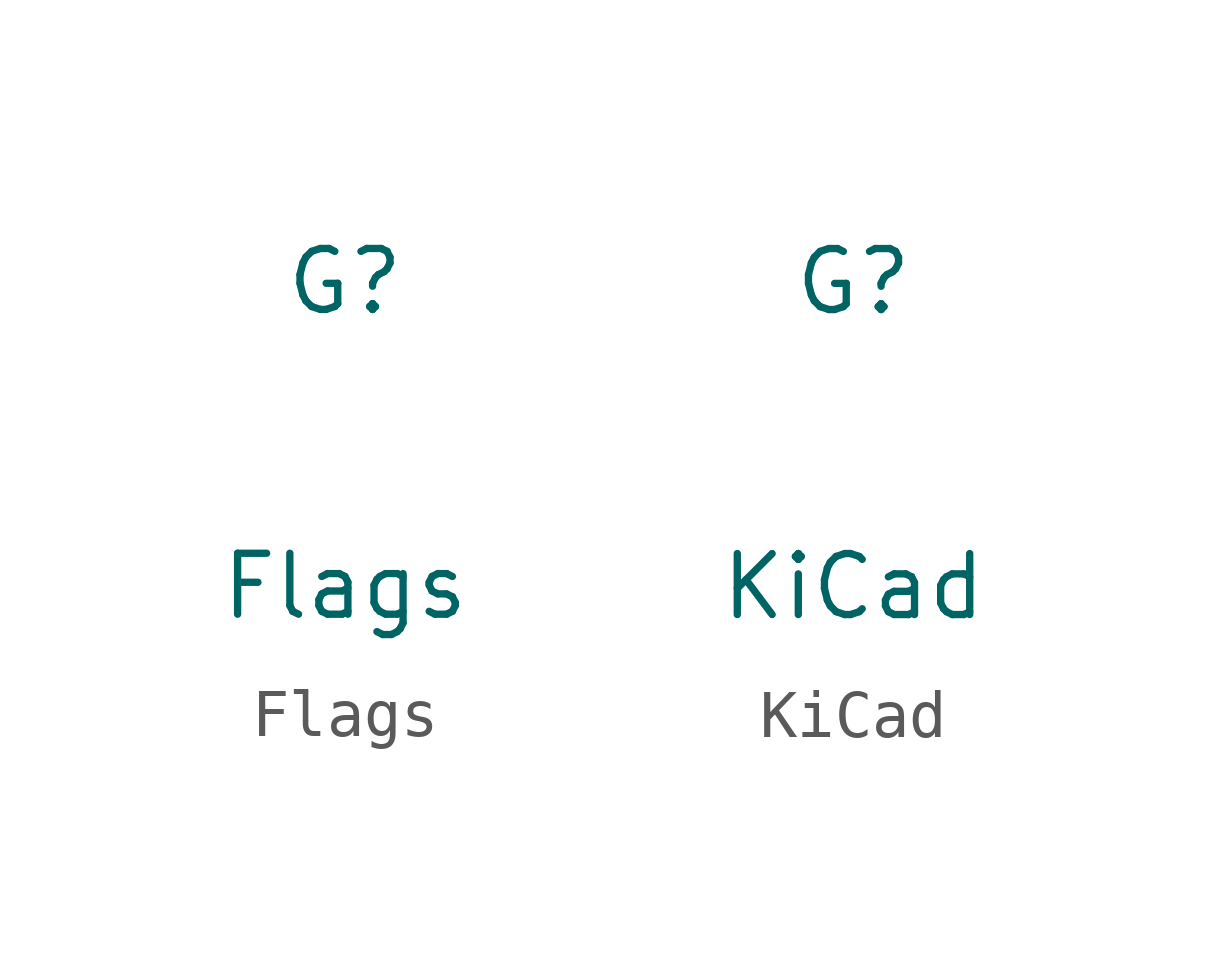
<source format=kicad_sym>
(kicad_symbol_lib
  (version 20241209)
  (generator "kicad_symbol_editor")
  (generator_version "9.0")
  (symbol "Flags"
    (property "Reference" "G"
      (at 0 2.286 0)
      (effects (font (size 1.27 1.27))))
    (property "Value" "Flags"
      (at 0 -4.064 0)
      (effects (font (size 1.27 1.27))))
    (symbol "Flags_1_0"
      (polyline (pts (xy -0.925 0.211) (xy -0.898 0.209) (xy -0.872 0.206) (xy -0.846 0.201) (xy -0.82 0.195) (xy -0.795 0.188) (xy -0.771 0.18) (xy -0.747 0.17) (xy -0.723 0.16) (xy -0.7 0.148) (xy -0.678 0.135) (xy -0.657 0.121) (xy -0.636 0.106) (xy -0.616 0.091) (xy -0.597 0.074) (xy -0.578 0.057) (xy -0.561 0.038) (xy -0.544 0.019) (xy -0.528 -0.001) (xy -0.514 -0.022) (xy -0.5 -0.043) (xy -0.487 -0.065) (xy -0.475 -0.088) (xy -0.465 -0.112) (xy -0.455 -0.136) (xy -0.447 -0.16) (xy -0.44 -0.185) (xy -0.434 -0.211) (xy -0.429 -0.237) (xy -0.426 -0.263) (xy -0.424 -0.29) (xy -0.423 -0.318) (xy -0.424 -0.345) (xy -0.426 -0.372) (xy -0.429 -0.398) (xy -0.434 -0.424) (xy -0.44 -0.45) (xy -0.447 -0.475) (xy -0.455 -0.499) (xy -0.465 -0.523) (xy -0.475 -0.547) (xy -0.487 -0.57) (xy -0.5 -0.592) (xy -0.514 -0.613) (xy -0.528 -0.634) (xy -0.544 -0.654) (xy -0.561 -0.673) (xy -0.578 -0.692) (xy -0.597 -0.709) (xy -0.616 -0.726) (xy -0.636 -0.742) (xy -0.657 -0.756) (xy -0.678 -0.77) (xy -0.7 -0.783) (xy -0.723 -0.794) (xy -0.747 -0.805) (xy -0.771 -0.815) (xy -0.795 -0.823) (xy -0.82 -0.83) (xy -0.846 -0.836) (xy -0.872 -0.841) (xy -0.898 -0.844) (xy -0.925 -0.846) (xy -0.953 -0.847) (xy -0.98 -0.846) (xy -1.007 -0.844) (xy -1.033 -0.841) (xy -1.059 -0.836) (xy -1.085 -0.83) (xy -1.11 -0.823) (xy -1.134 -0.815) (xy -1.159 -0.805) (xy -1.182 -0.794) (xy -1.205 -0.783) (xy -1.227 -0.77) (xy -1.248 -0.756) (xy -1.269 -0.742) (xy -1.289 -0.726) (xy -1.308 -0.709) (xy -1.327 -0.692) (xy -1.344 -0.673) (xy -1.361 -0.654) (xy -1.377 -0.634) (xy -1.391 -0.613) (xy -1.405 -0.592) (xy -1.418 -0.57) (xy -1.429 -0.547) (xy -1.44 -0.523) (xy -1.45 -0.499) (xy -1.458 -0.475) (xy -1.465 -0.45) (xy -1.471 -0.424) (xy -1.476 -0.398) (xy -1.479 -0.372) (xy -1.481 -0.345) (xy -1.482 -0.318) (xy -1.481 -0.29) (xy -1.479 -0.263) (xy -1.476 -0.237) (xy -1.471 -0.211) (xy -1.465 -0.185) (xy -1.458 -0.16) (xy -1.45 -0.136) (xy -1.44 -0.112) (xy -1.429 -0.088) (xy -1.418 -0.065) (xy -1.405 -0.043) (xy -1.391 -0.022) (xy -1.377 -0.001) (xy -1.361 0.019) (xy -1.344 0.038) (xy -1.327 0.057) (xy -1.308 0.074) (xy -1.289 0.091) (xy -1.269 0.106) (xy -1.248 0.121) (xy -1.227 0.135) (xy -1.205 0.148) (xy -1.182 0.16) (xy -1.159 0.17) (xy -1.134 0.18) (xy -1.11 0.188) (xy -1.085 0.195) (xy -1.059 0.201) (xy -1.033 0.206) (xy -1.007 0.209) (xy -0.98 0.211) (xy -0.953 0.212) (xy -0.925 0.211)) (stroke (width -0.0001) (type solid)) (fill (type color) (color 0 0 0 0)))
      (polyline (pts (xy 1.442 1.27) (xy 1.456 1.269) (xy 1.469 1.267) (xy 1.482 1.265) (xy 1.495 1.262) (xy 1.508 1.258) (xy 1.52 1.254) (xy 1.532 1.249) (xy 1.544 1.244) (xy 1.555 1.238) (xy 1.566 1.232) (xy 1.577 1.225) (xy 1.587 1.218) (xy 1.597 1.21) (xy 1.607 1.201) (xy 1.616 1.193) (xy 1.625 1.183) (xy 1.633 1.174) (xy 1.641 1.164) (xy 1.648 1.153) (xy 1.655 1.143) (xy 1.661 1.132) (xy 1.667 1.12) (xy 1.673 1.109) (xy 1.677 1.096) (xy 1.681 1.084) (xy 1.685 1.072) (xy 1.688 1.059) (xy 1.69 1.046) (xy 1.692 1.032) (xy 1.693 1.019) (xy 1.693 1.005) (xy 1.693 -2.699) (xy 1.693 -2.712) (xy 1.692 -2.726) (xy 1.69 -2.739) (xy 1.688 -2.752) (xy 1.685 -2.765) (xy 1.681 -2.777) (xy 1.677 -2.79) (xy 1.673 -2.802) (xy 1.667 -2.813) (xy 1.661 -2.825) (xy 1.655 -2.836) (xy 1.648 -2.847) (xy 1.641 -2.857) (xy 1.633 -2.867) (xy 1.625 -2.877) (xy 1.616 -2.886) (xy 1.607 -2.895) (xy 1.597 -2.903) (xy 1.587 -2.911) (xy 1.577 -2.918) (xy 1.566 -2.925) (xy 1.555 -2.931) (xy 1.544 -2.937) (xy 1.532 -2.943) (xy 1.52 -2.947) (xy 1.508 -2.951) (xy 1.495 -2.955) (xy 1.482 -2.958) (xy 1.469 -2.96) (xy 1.456 -2.962) (xy 1.442 -2.963) (xy 1.429 -2.963) (xy -2.275 -2.963) (xy -2.289 -2.963) (xy -2.303 -2.962) (xy -2.316 -2.96) (xy -2.329 -2.958) (xy -2.342 -2.955) (xy -2.354 -2.951) (xy -2.366 -2.947) (xy -2.378 -2.943) (xy -2.39 -2.937) (xy -2.402 -2.931) (xy -2.413 -2.925) (xy -2.423 -2.918) (xy -2.434 -2.911) (xy -2.444 -2.903) (xy -2.453 -2.895) (xy -2.463 -2.886) (xy -2.471 -2.877) (xy -2.48 -2.867) (xy -2.487 -2.857) (xy -2.495 -2.847) (xy -2.502 -2.836) (xy -2.508 -2.825) (xy -2.514 -2.813) (xy -2.519 -2.802) (xy -2.524 -2.79) (xy -2.528 -2.777) (xy -2.532 -2.765) (xy -2.535 -2.752) (xy -2.537 -2.739) (xy -2.539 -2.726) (xy -2.54 -2.712) (xy -2.54 -2.699) (xy -2.54 -2.434) (xy -2.011 -2.434) (xy -1.428 -2.434) (xy 0.187 -0.819) (xy 0.197 -0.809) (xy 0.207 -0.8) (xy 0.218 -0.792) (xy 0.229 -0.785) (xy 0.24 -0.778) (xy 0.251 -0.771) (xy 0.263 -0.766) (xy 0.275 -0.76) (xy 0.287 -0.756) (xy 0.299 -0.752) (xy 0.311 -0.749) (xy 0.324 -0.746) (xy 0.336 -0.744) (xy 0.349 -0.742) (xy 0.362 -0.742) (xy 0.374 -0.741) (xy 0.387 -0.742) (xy 0.4 -0.742) (xy 0.412 -0.744) (xy 0.425 -0.746) (xy 0.437 -0.749) (xy 0.45 -0.752) (xy 0.462 -0.756) (xy 0.474 -0.76) (xy 0.486 -0.766) (xy 0.497 -0.771) (xy 0.509 -0.778) (xy 0.52 -0.785) (xy 0.531 -0.792) (xy 0.541 -0.8) (xy 0.551 -0.809) (xy 0.561 -0.819) (xy 1.164 -1.421) (xy 1.164 0.741) (xy -2.011 0.741) (xy -2.011 -2.434) (xy -2.54 -2.434) (xy -2.54 1.005) (xy -2.54 1.019) (xy -2.539 1.032) (xy -2.537 1.046) (xy -2.535 1.059) (xy -2.532 1.072) (xy -2.528 1.084) (xy -2.524 1.096) (xy -2.519 1.109) (xy -2.514 1.12) (xy -2.508 1.132) (xy -2.502 1.143) (xy -2.495 1.153) (xy -2.487 1.164) (xy -2.48 1.174) (xy -2.471 1.183) (xy -2.463 1.193) (xy -2.453 1.201) (xy -2.444 1.21) (xy -2.434 1.218) (xy -2.423 1.225) (xy -2.413 1.232) (xy -2.402 1.238) (xy -2.39 1.244) (xy -2.378 1.249) (xy -2.366 1.254) (xy -2.354 1.258) (xy -2.342 1.262) (xy -2.329 1.265) (xy -2.316 1.267) (xy -2.303 1.269) (xy -2.289 1.27) (xy -2.275 1.27) (xy 1.429 1.27) (xy 1.442 1.27)) (stroke (width -0.0001) (type solid)) (fill (type color) (color 0 0 0 0)))))
  (symbol "KiCad"
    (property "Reference" "G"
      (at 0 2.286 0)
      (effects (font (size 1.27 1.27))))
    (property "Value" "KiCad"
      (at 0 -4.064 0)
      (effects (font (size 1.27 1.27))))
    (symbol "KiCad_1_0"
      (polyline (pts (xy -0.925 0.211) (xy -0.898 0.209) (xy -0.872 0.206) (xy -0.846 0.201) (xy -0.82 0.195) (xy -0.795 0.188) (xy -0.771 0.18) (xy -0.747 0.17) (xy -0.723 0.16) (xy -0.7 0.148) (xy -0.678 0.135) (xy -0.657 0.121) (xy -0.636 0.106) (xy -0.616 0.091) (xy -0.597 0.074) (xy -0.578 0.057) (xy -0.561 0.038) (xy -0.544 0.019) (xy -0.528 -0.001) (xy -0.514 -0.022) (xy -0.5 -0.043) (xy -0.487 -0.065) (xy -0.475 -0.088) (xy -0.465 -0.112) (xy -0.455 -0.136) (xy -0.447 -0.16) (xy -0.44 -0.185) (xy -0.434 -0.211) (xy -0.429 -0.237) (xy -0.426 -0.263) (xy -0.424 -0.29) (xy -0.423 -0.318) (xy -0.424 -0.345) (xy -0.426 -0.372) (xy -0.429 -0.398) (xy -0.434 -0.424) (xy -0.44 -0.45) (xy -0.447 -0.475) (xy -0.455 -0.499) (xy -0.465 -0.523) (xy -0.475 -0.547) (xy -0.487 -0.57) (xy -0.5 -0.592) (xy -0.514 -0.613) (xy -0.528 -0.634) (xy -0.544 -0.654) (xy -0.561 -0.673) (xy -0.578 -0.692) (xy -0.597 -0.709) (xy -0.616 -0.726) (xy -0.636 -0.742) (xy -0.657 -0.756) (xy -0.678 -0.77) (xy -0.7 -0.783) (xy -0.723 -0.794) (xy -0.747 -0.805) (xy -0.771 -0.815) (xy -0.795 -0.823) (xy -0.82 -0.83) (xy -0.846 -0.836) (xy -0.872 -0.841) (xy -0.898 -0.844) (xy -0.925 -0.846) (xy -0.953 -0.847) (xy -0.98 -0.846) (xy -1.007 -0.844) (xy -1.033 -0.841) (xy -1.059 -0.836) (xy -1.085 -0.83) (xy -1.11 -0.823) (xy -1.134 -0.815) (xy -1.159 -0.805) (xy -1.182 -0.794) (xy -1.205 -0.783) (xy -1.227 -0.77) (xy -1.248 -0.756) (xy -1.269 -0.742) (xy -1.289 -0.726) (xy -1.308 -0.709) (xy -1.327 -0.692) (xy -1.344 -0.673) (xy -1.361 -0.654) (xy -1.377 -0.634) (xy -1.391 -0.613) (xy -1.405 -0.592) (xy -1.418 -0.57) (xy -1.429 -0.547) (xy -1.44 -0.523) (xy -1.45 -0.499) (xy -1.458 -0.475) (xy -1.465 -0.45) (xy -1.471 -0.424) (xy -1.476 -0.398) (xy -1.479 -0.372) (xy -1.481 -0.345) (xy -1.482 -0.318) (xy -1.481 -0.29) (xy -1.479 -0.263) (xy -1.476 -0.237) (xy -1.471 -0.211) (xy -1.465 -0.185) (xy -1.458 -0.16) (xy -1.45 -0.136) (xy -1.44 -0.112) (xy -1.429 -0.088) (xy -1.418 -0.065) (xy -1.405 -0.043) (xy -1.391 -0.022) (xy -1.377 -0.001) (xy -1.361 0.019) (xy -1.344 0.038) (xy -1.327 0.057) (xy -1.308 0.074) (xy -1.289 0.091) (xy -1.269 0.106) (xy -1.248 0.121) (xy -1.227 0.135) (xy -1.205 0.148) (xy -1.182 0.16) (xy -1.159 0.17) (xy -1.134 0.18) (xy -1.11 0.188) (xy -1.085 0.195) (xy -1.059 0.201) (xy -1.033 0.206) (xy -1.007 0.209) (xy -0.98 0.211) (xy -0.953 0.212) (xy -0.925 0.211)) (stroke (width -0.0001) (type solid)) (fill (type color) (color 0 0 0 0)))
      (polyline (pts (xy 1.442 1.27) (xy 1.456 1.269) (xy 1.469 1.267) (xy 1.482 1.265) (xy 1.495 1.262) (xy 1.508 1.258) (xy 1.52 1.254) (xy 1.532 1.249) (xy 1.544 1.244) (xy 1.555 1.238) (xy 1.566 1.232) (xy 1.577 1.225) (xy 1.587 1.218) (xy 1.597 1.21) (xy 1.607 1.201) (xy 1.616 1.193) (xy 1.625 1.183) (xy 1.633 1.174) (xy 1.641 1.164) (xy 1.648 1.153) (xy 1.655 1.143) (xy 1.661 1.132) (xy 1.667 1.12) (xy 1.673 1.109) (xy 1.677 1.096) (xy 1.681 1.084) (xy 1.685 1.072) (xy 1.688 1.059) (xy 1.69 1.046) (xy 1.692 1.032) (xy 1.693 1.019) (xy 1.693 1.005) (xy 1.693 -2.699) (xy 1.693 -2.712) (xy 1.692 -2.726) (xy 1.69 -2.739) (xy 1.688 -2.752) (xy 1.685 -2.765) (xy 1.681 -2.777) (xy 1.677 -2.79) (xy 1.673 -2.802) (xy 1.667 -2.813) (xy 1.661 -2.825) (xy 1.655 -2.836) (xy 1.648 -2.847) (xy 1.641 -2.857) (xy 1.633 -2.867) (xy 1.625 -2.877) (xy 1.616 -2.886) (xy 1.607 -2.895) (xy 1.597 -2.903) (xy 1.587 -2.911) (xy 1.577 -2.918) (xy 1.566 -2.925) (xy 1.555 -2.931) (xy 1.544 -2.937) (xy 1.532 -2.943) (xy 1.52 -2.947) (xy 1.508 -2.951) (xy 1.495 -2.955) (xy 1.482 -2.958) (xy 1.469 -2.96) (xy 1.456 -2.962) (xy 1.442 -2.963) (xy 1.429 -2.963) (xy -2.275 -2.963) (xy -2.289 -2.963) (xy -2.303 -2.962) (xy -2.316 -2.96) (xy -2.329 -2.958) (xy -2.342 -2.955) (xy -2.354 -2.951) (xy -2.366 -2.947) (xy -2.378 -2.943) (xy -2.39 -2.937) (xy -2.402 -2.931) (xy -2.413 -2.925) (xy -2.423 -2.918) (xy -2.434 -2.911) (xy -2.444 -2.903) (xy -2.453 -2.895) (xy -2.463 -2.886) (xy -2.471 -2.877) (xy -2.48 -2.867) (xy -2.487 -2.857) (xy -2.495 -2.847) (xy -2.502 -2.836) (xy -2.508 -2.825) (xy -2.514 -2.813) (xy -2.519 -2.802) (xy -2.524 -2.79) (xy -2.528 -2.777) (xy -2.532 -2.765) (xy -2.535 -2.752) (xy -2.537 -2.739) (xy -2.539 -2.726) (xy -2.54 -2.712) (xy -2.54 -2.699) (xy -2.54 -2.434) (xy -2.011 -2.434) (xy -1.428 -2.434) (xy 0.187 -0.819) (xy 0.197 -0.809) (xy 0.207 -0.8) (xy 0.218 -0.792) (xy 0.229 -0.785) (xy 0.24 -0.778) (xy 0.251 -0.771) (xy 0.263 -0.766) (xy 0.275 -0.76) (xy 0.287 -0.756) (xy 0.299 -0.752) (xy 0.311 -0.749) (xy 0.324 -0.746) (xy 0.336 -0.744) (xy 0.349 -0.742) (xy 0.362 -0.742) (xy 0.374 -0.741) (xy 0.387 -0.742) (xy 0.4 -0.742) (xy 0.412 -0.744) (xy 0.425 -0.746) (xy 0.437 -0.749) (xy 0.45 -0.752) (xy 0.462 -0.756) (xy 0.474 -0.76) (xy 0.486 -0.766) (xy 0.497 -0.771) (xy 0.509 -0.778) (xy 0.52 -0.785) (xy 0.531 -0.792) (xy 0.541 -0.8) (xy 0.551 -0.809) (xy 0.561 -0.819) (xy 1.164 -1.421) (xy 1.164 0.741) (xy -2.011 0.741) (xy -2.011 -2.434) (xy -2.54 -2.434) (xy -2.54 1.005) (xy -2.54 1.019) (xy -2.539 1.032) (xy -2.537 1.046) (xy -2.535 1.059) (xy -2.532 1.072) (xy -2.528 1.084) (xy -2.524 1.096) (xy -2.519 1.109) (xy -2.514 1.12) (xy -2.508 1.132) (xy -2.502 1.143) (xy -2.495 1.153) (xy -2.487 1.164) (xy -2.48 1.174) (xy -2.471 1.183) (xy -2.463 1.193) (xy -2.453 1.201) (xy -2.444 1.21) (xy -2.434 1.218) (xy -2.423 1.225) (xy -2.413 1.232) (xy -2.402 1.238) (xy -2.39 1.244) (xy -2.378 1.249) (xy -2.366 1.254) (xy -2.354 1.258) (xy -2.342 1.262) (xy -2.329 1.265) (xy -2.316 1.267) (xy -2.303 1.269) (xy -2.289 1.27) (xy -2.275 1.27) (xy 1.429 1.27) (xy 1.442 1.27)) (stroke (width -0.0001) (type solid)) (fill (type color) (color 0 0 0 0))))))
</source>
